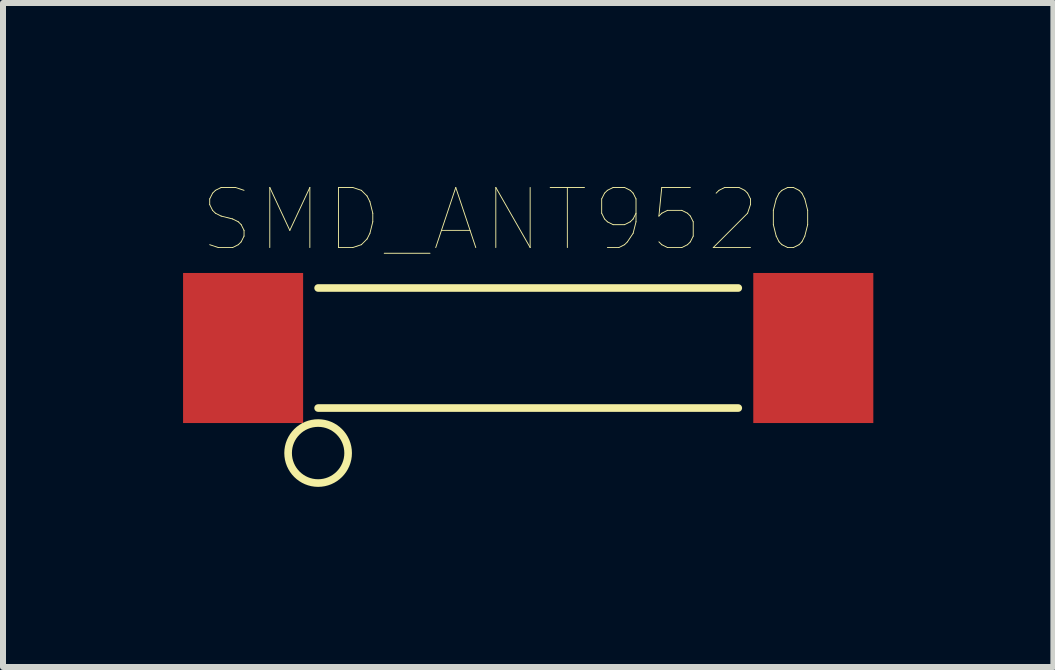
<source format=kicad_pcb>
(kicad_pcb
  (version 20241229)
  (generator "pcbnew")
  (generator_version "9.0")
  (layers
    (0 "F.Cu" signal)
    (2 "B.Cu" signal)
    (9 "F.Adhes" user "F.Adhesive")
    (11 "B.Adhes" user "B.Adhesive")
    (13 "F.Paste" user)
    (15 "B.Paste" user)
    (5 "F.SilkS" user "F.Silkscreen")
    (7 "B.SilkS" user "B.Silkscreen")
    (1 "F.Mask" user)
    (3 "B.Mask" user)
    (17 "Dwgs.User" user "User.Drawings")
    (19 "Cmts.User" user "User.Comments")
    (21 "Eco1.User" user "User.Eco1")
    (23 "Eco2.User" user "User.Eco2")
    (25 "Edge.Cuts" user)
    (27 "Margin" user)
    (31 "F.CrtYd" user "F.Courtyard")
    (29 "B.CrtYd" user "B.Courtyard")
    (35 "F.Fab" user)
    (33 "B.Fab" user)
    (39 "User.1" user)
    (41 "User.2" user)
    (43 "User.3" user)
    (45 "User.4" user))
  (footprint "SMD_ANT9520"
    (layer "F.Cu")
    (at 5.75 2.748)
    (property "Reference" "SMD_ANT9520" (at -0.325 -2.136 0) (layer "F.SilkS") (effects (font (size 1.001 1.001) (thickness 0.015))))
    (attr through_hole)
    (fp_line (start -3.5 -1) (end 3.5 -1) (stroke (width 0.127) (type solid)) (layer "F.SilkS"))
    (fp_line (start 3.5 1) (end -3.5 1) (stroke (width 0.127) (type solid)) (layer "F.SilkS"))
    (fp_circle (center -3.5 1.75) (end -3 1.75) (stroke (width 0.127) (type solid)) (fill no) (layer "F.SilkS"))
    (pad "1" smd rect (at -4.75 0) (size 2 2.5) (layers "F.Cu" "F.Mask" "F.Paste"))
    (pad "2" smd rect (at 4.75 0) (size 2 2.5) (layers "F.Cu" "F.Mask" "F.Paste")))
  (gr_rect
    (start -3 -3)
    (end 14.5 8.062)
    (stroke (width 0.1) (type default))
    (fill no)
    (layer "Edge.Cuts")))
</source>
